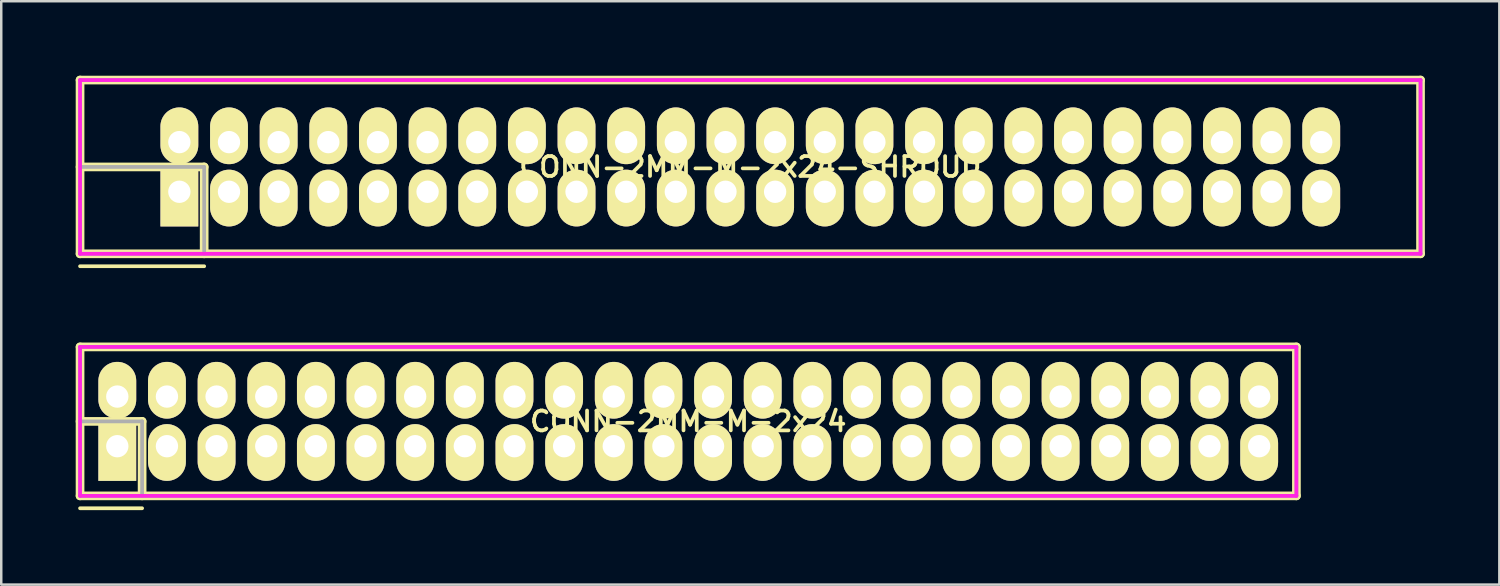
<source format=kicad_pcb>
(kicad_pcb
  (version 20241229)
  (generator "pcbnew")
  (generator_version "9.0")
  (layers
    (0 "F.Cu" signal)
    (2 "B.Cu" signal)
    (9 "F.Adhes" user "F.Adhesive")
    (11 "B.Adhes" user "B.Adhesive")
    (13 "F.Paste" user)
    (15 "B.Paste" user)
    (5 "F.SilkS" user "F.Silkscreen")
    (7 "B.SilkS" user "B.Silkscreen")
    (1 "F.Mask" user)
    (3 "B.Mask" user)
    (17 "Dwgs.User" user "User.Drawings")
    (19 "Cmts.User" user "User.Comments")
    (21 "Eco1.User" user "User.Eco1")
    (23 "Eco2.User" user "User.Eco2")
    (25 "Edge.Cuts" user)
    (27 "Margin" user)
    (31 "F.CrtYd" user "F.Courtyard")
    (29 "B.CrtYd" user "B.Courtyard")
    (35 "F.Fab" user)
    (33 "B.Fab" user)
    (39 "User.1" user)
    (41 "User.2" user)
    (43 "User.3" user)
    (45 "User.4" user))
  (footprint "CONN-2MM-M-2x24"
    (layer "F.Cu")
    (at 24.675 13.925)
    (property "Reference" "CONN-2MM-M-2x24" (at 0 0 0) (layer "F.SilkS") (effects (font (size 0.8 0.8) (thickness 0.15))))
    (attr through_hole)
    (fp_line (start -24.5 -3) (end 24.5 -3) (stroke (width 0.35) (type solid)) (layer "F.SilkS"))
    (fp_line (start -24.5 0) (end -22 0) (stroke (width 0.35) (type solid)) (layer "F.SilkS"))
    (fp_line (start -24.5 3) (end -24.5 -3) (stroke (width 0.35) (type solid)) (layer "F.SilkS"))
    (fp_line (start -24.5 3.5) (end -22 3.5) (stroke (width 0.15) (type solid)) (layer "F.SilkS"))
    (fp_line (start -22 0) (end -22 3) (stroke (width 0.35) (type solid)) (layer "F.SilkS"))
    (fp_line (start 24.5 -3) (end 24.5 3) (stroke (width 0.35) (type solid)) (layer "F.SilkS"))
    (fp_line (start 24.5 3) (end -24.5 3) (stroke (width 0.35) (type solid)) (layer "F.SilkS"))
    (fp_line (start -24.5 -3) (end 24.5 -3) (stroke (width 0.15) (type solid)) (layer "F.CrtYd"))
    (fp_line (start -24.5 3) (end -24.5 -3) (stroke (width 0.15) (type solid)) (layer "F.CrtYd"))
    (fp_line (start 24.5 -3) (end 24.5 3) (stroke (width 0.15) (type solid)) (layer "F.CrtYd"))
    (fp_line (start 24.5 3) (end -24.5 3) (stroke (width 0.15) (type solid)) (layer "F.CrtYd"))
    (fp_line (start -24.5 -3) (end 24.5 -3) (stroke (width 0.15) (type solid)) (layer "F.Fab"))
    (fp_line (start -24.5 0) (end -22 0) (stroke (width 0.15) (type solid)) (layer "F.Fab"))
    (fp_line (start -24.5 3) (end -24.5 -3) (stroke (width 0.15) (type solid)) (layer "F.Fab"))
    (fp_line (start -22 0) (end -22 3) (stroke (width 0.15) (type solid)) (layer "F.Fab"))
    (fp_line (start 24.5 -3) (end 24.5 3) (stroke (width 0.15) (type solid)) (layer "F.Fab"))
    (fp_line (start 24.5 3) (end -24.5 3) (stroke (width 0.15) (type solid)) (layer "F.Fab"))
    (pad "1" thru_hole rect (at -23 1) (size 1.524 2.286) (drill 0.9 (offset 0 0.254)) (layers "*.Cu" "*.Mask" "F.SilkS"))
    (pad "2" thru_hole oval (at -23 -1) (size 1.524 2.286) (drill 0.9 (offset 0 -0.254)) (layers "*.Cu" "*.Mask" "F.SilkS"))
    (pad "3" thru_hole oval (at -21 1) (size 1.524 2.286) (drill 0.9 (offset 0 0.254)) (layers "*.Cu" "*.Mask" "F.SilkS"))
    (pad "4" thru_hole oval (at -21 -1) (size 1.524 2.286) (drill 0.9 (offset 0 -0.254)) (layers "*.Cu" "*.Mask" "F.SilkS"))
    (pad "5" thru_hole oval (at -19 1) (size 1.524 2.286) (drill 0.9 (offset 0 0.254)) (layers "*.Cu" "*.Mask" "F.SilkS"))
    (pad "6" thru_hole oval (at -19 -1) (size 1.524 2.286) (drill 0.9 (offset 0 -0.254)) (layers "*.Cu" "*.Mask" "F.SilkS"))
    (pad "7" thru_hole oval (at -17 1) (size 1.524 2.286) (drill 0.9 (offset 0 0.254)) (layers "*.Cu" "*.Mask" "F.SilkS"))
    (pad "8" thru_hole oval (at -17 -1) (size 1.524 2.286) (drill 0.9 (offset 0 -0.254)) (layers "*.Cu" "*.Mask" "F.SilkS"))
    (pad "9" thru_hole oval (at -15 1) (size 1.524 2.286) (drill 0.9 (offset 0 0.254)) (layers "*.Cu" "*.Mask" "F.SilkS"))
    (pad "10" thru_hole oval (at -15 -1) (size 1.524 2.286) (drill 0.9 (offset 0 -0.254)) (layers "*.Cu" "*.Mask" "F.SilkS"))
    (pad "11" thru_hole oval (at -13 1) (size 1.524 2.286) (drill 0.9 (offset 0 0.254)) (layers "*.Cu" "*.Mask" "F.SilkS"))
    (pad "12" thru_hole oval (at -13 -1) (size 1.524 2.286) (drill 0.9 (offset 0 -0.254)) (layers "*.Cu" "*.Mask" "F.SilkS"))
    (pad "13" thru_hole oval (at -11 1) (size 1.524 2.286) (drill 0.9 (offset 0 0.254)) (layers "*.Cu" "*.Mask" "F.SilkS"))
    (pad "14" thru_hole oval (at -11 -1) (size 1.524 2.286) (drill 0.9 (offset 0 -0.254)) (layers "*.Cu" "*.Mask" "F.SilkS"))
    (pad "15" thru_hole oval (at -9 1) (size 1.524 2.286) (drill 0.9 (offset 0 0.254)) (layers "*.Cu" "*.Mask" "F.SilkS"))
    (pad "16" thru_hole oval (at -9 -1) (size 1.524 2.286) (drill 0.9 (offset 0 -0.254)) (layers "*.Cu" "*.Mask" "F.SilkS"))
    (pad "17" thru_hole oval (at -7 1) (size 1.524 2.286) (drill 0.9 (offset 0 0.254)) (layers "*.Cu" "*.Mask" "F.SilkS"))
    (pad "18" thru_hole oval (at -7 -1) (size 1.524 2.286) (drill 0.9 (offset 0 -0.254)) (layers "*.Cu" "*.Mask" "F.SilkS"))
    (pad "19" thru_hole oval (at -5 1) (size 1.524 2.286) (drill 0.9 (offset 0 0.254)) (layers "*.Cu" "*.Mask" "F.SilkS"))
    (pad "20" thru_hole oval (at -5 -1) (size 1.524 2.286) (drill 0.9 (offset 0 -0.254)) (layers "*.Cu" "*.Mask" "F.SilkS"))
    (pad "21" thru_hole oval (at -3 1) (size 1.524 2.286) (drill 0.9 (offset 0 0.254)) (layers "*.Cu" "*.Mask" "F.SilkS"))
    (pad "22" thru_hole oval (at -3 -1) (size 1.524 2.286) (drill 0.9 (offset 0 -0.254)) (layers "*.Cu" "*.Mask" "F.SilkS"))
    (pad "23" thru_hole oval (at -1 1) (size 1.524 2.286) (drill 0.9 (offset 0 0.254)) (layers "*.Cu" "*.Mask" "F.SilkS"))
    (pad "24" thru_hole oval (at -1 -1) (size 1.524 2.286) (drill 0.9 (offset 0 -0.254)) (layers "*.Cu" "*.Mask" "F.SilkS"))
    (pad "25" thru_hole oval (at 1 1) (size 1.524 2.286) (drill 0.9 (offset 0 0.254)) (layers "*.Cu" "*.Mask" "F.SilkS"))
    (pad "26" thru_hole oval (at 1 -1) (size 1.524 2.286) (drill 0.9 (offset 0 -0.254)) (layers "*.Cu" "*.Mask" "F.SilkS"))
    (pad "27" thru_hole oval (at 3 1) (size 1.524 2.286) (drill 0.9 (offset 0 0.254)) (layers "*.Cu" "*.Mask" "F.SilkS"))
    (pad "28" thru_hole oval (at 3 -1) (size 1.524 2.286) (drill 0.9 (offset 0 -0.254)) (layers "*.Cu" "*.Mask" "F.SilkS"))
    (pad "29" thru_hole oval (at 5 1) (size 1.524 2.286) (drill 0.9 (offset 0 0.254)) (layers "*.Cu" "*.Mask" "F.SilkS"))
    (pad "30" thru_hole oval (at 5 -1) (size 1.524 2.286) (drill 0.9 (offset 0 -0.254)) (layers "*.Cu" "*.Mask" "F.SilkS"))
    (pad "31" thru_hole oval (at 7 1) (size 1.524 2.286) (drill 0.9 (offset 0 0.254)) (layers "*.Cu" "*.Mask" "F.SilkS"))
    (pad "32" thru_hole oval (at 7 -1) (size 1.524 2.286) (drill 0.9 (offset 0 -0.254)) (layers "*.Cu" "*.Mask" "F.SilkS"))
    (pad "33" thru_hole oval (at 9 1) (size 1.524 2.286) (drill 0.9 (offset 0 0.254)) (layers "*.Cu" "*.Mask" "F.SilkS"))
    (pad "34" thru_hole oval (at 9 -1) (size 1.524 2.286) (drill 0.9 (offset 0 -0.254)) (layers "*.Cu" "*.Mask" "F.SilkS"))
    (pad "35" thru_hole oval (at 11 1) (size 1.524 2.286) (drill 0.9 (offset 0 0.254)) (layers "*.Cu" "*.Mask" "F.SilkS"))
    (pad "36" thru_hole oval (at 11 -1) (size 1.524 2.286) (drill 0.9 (offset 0 -0.254)) (layers "*.Cu" "*.Mask" "F.SilkS"))
    (pad "37" thru_hole oval (at 13 1) (size 1.524 2.286) (drill 0.9 (offset 0 0.254)) (layers "*.Cu" "*.Mask" "F.SilkS"))
    (pad "38" thru_hole oval (at 13 -1) (size 1.524 2.286) (drill 0.9 (offset 0 -0.254)) (layers "*.Cu" "*.Mask" "F.SilkS"))
    (pad "39" thru_hole oval (at 15 1) (size 1.524 2.286) (drill 0.9 (offset 0 0.254)) (layers "*.Cu" "*.Mask" "F.SilkS"))
    (pad "40" thru_hole oval (at 15 -1) (size 1.524 2.286) (drill 0.9 (offset 0 -0.254)) (layers "*.Cu" "*.Mask" "F.SilkS"))
    (pad "41" thru_hole oval (at 17 1) (size 1.524 2.286) (drill 0.9 (offset 0 0.254)) (layers "*.Cu" "*.Mask" "F.SilkS"))
    (pad "42" thru_hole oval (at 17 -1) (size 1.524 2.286) (drill 0.9 (offset 0 -0.254)) (layers "*.Cu" "*.Mask" "F.SilkS"))
    (pad "43" thru_hole oval (at 19 1) (size 1.524 2.286) (drill 0.9 (offset 0 0.254)) (layers "*.Cu" "*.Mask" "F.SilkS"))
    (pad "44" thru_hole oval (at 19 -1) (size 1.524 2.286) (drill 0.9 (offset 0 -0.254)) (layers "*.Cu" "*.Mask" "F.SilkS"))
    (pad "45" thru_hole oval (at 21 1) (size 1.524 2.286) (drill 0.9 (offset 0 0.254)) (layers "*.Cu" "*.Mask" "F.SilkS"))
    (pad "46" thru_hole oval (at 21 -1) (size 1.524 2.286) (drill 0.9 (offset 0 -0.254)) (layers "*.Cu" "*.Mask" "F.SilkS"))
    (pad "47" thru_hole oval (at 23 1) (size 1.524 2.286) (drill 0.9 (offset 0 0.254)) (layers "*.Cu" "*.Mask" "F.SilkS"))
    (pad "48" thru_hole oval (at 23 -1) (size 1.524 2.286) (drill 0.9 (offset 0 -0.254)) (layers "*.Cu" "*.Mask" "F.SilkS")))
  (footprint "CONN-2MM-M-2x24-SHROUD"
    (layer "F.Cu")
    (at 27.175 3.675)
    (property "Reference" "CONN-2MM-M-2x24-SHROUD" (at 0 0 0) (layer "F.SilkS") (effects (font (size 0.8 0.8) (thickness 0.15))))
    (attr through_hole)
    (fp_line (start -27 -3.5) (end 27 -3.5) (stroke (width 0.35) (type solid)) (layer "F.SilkS"))
    (fp_line (start -27 0) (end -22 0) (stroke (width 0.35) (type solid)) (layer "F.SilkS"))
    (fp_line (start -27 3.5) (end -27 -3.5) (stroke (width 0.35) (type solid)) (layer "F.SilkS"))
    (fp_line (start -27 4) (end -22 4) (stroke (width 0.15) (type solid)) (layer "F.SilkS"))
    (fp_line (start -22 0) (end -22 3.5) (stroke (width 0.35) (type solid)) (layer "F.SilkS"))
    (fp_line (start 27 -3.5) (end 27 3.5) (stroke (width 0.35) (type solid)) (layer "F.SilkS"))
    (fp_line (start 27 3.5) (end -27 3.5) (stroke (width 0.35) (type solid)) (layer "F.SilkS"))
    (fp_line (start -27 -3.5) (end 27 -3.5) (stroke (width 0.15) (type solid)) (layer "F.CrtYd"))
    (fp_line (start -27 3.5) (end -27 -3.5) (stroke (width 0.15) (type solid)) (layer "F.CrtYd"))
    (fp_line (start 27 -3.5) (end 27 3.5) (stroke (width 0.15) (type solid)) (layer "F.CrtYd"))
    (fp_line (start 27 3.5) (end -27 3.5) (stroke (width 0.15) (type solid)) (layer "F.CrtYd"))
    (fp_line (start -27 -3.5) (end 27 -3.5) (stroke (width 0.15) (type solid)) (layer "F.Fab"))
    (fp_line (start -27 0) (end -22 0) (stroke (width 0.15) (type solid)) (layer "F.Fab"))
    (fp_line (start -27 3.5) (end -27 -3.5) (stroke (width 0.15) (type solid)) (layer "F.Fab"))
    (fp_line (start -22 0) (end -22 3.5) (stroke (width 0.15) (type solid)) (layer "F.Fab"))
    (fp_line (start 27 -3.5) (end 27 3.5) (stroke (width 0.15) (type solid)) (layer "F.Fab"))
    (fp_line (start 27 3.5) (end -27 3.5) (stroke (width 0.15) (type solid)) (layer "F.Fab"))
    (pad "1" thru_hole rect (at -23 1) (size 1.524 2.286) (drill 0.9 (offset 0 0.254)) (layers "*.Cu" "*.Mask" "F.SilkS"))
    (pad "2" thru_hole oval (at -23 -1) (size 1.524 2.286) (drill 0.9 (offset 0 -0.254)) (layers "*.Cu" "*.Mask" "F.SilkS"))
    (pad "3" thru_hole oval (at -21 1) (size 1.524 2.286) (drill 0.9 (offset 0 0.254)) (layers "*.Cu" "*.Mask" "F.SilkS"))
    (pad "4" thru_hole oval (at -21 -1) (size 1.524 2.286) (drill 0.9 (offset 0 -0.254)) (layers "*.Cu" "*.Mask" "F.SilkS"))
    (pad "5" thru_hole oval (at -19 1) (size 1.524 2.286) (drill 0.9 (offset 0 0.254)) (layers "*.Cu" "*.Mask" "F.SilkS"))
    (pad "6" thru_hole oval (at -19 -1) (size 1.524 2.286) (drill 0.9 (offset 0 -0.254)) (layers "*.Cu" "*.Mask" "F.SilkS"))
    (pad "7" thru_hole oval (at -17 1) (size 1.524 2.286) (drill 0.9 (offset 0 0.254)) (layers "*.Cu" "*.Mask" "F.SilkS"))
    (pad "8" thru_hole oval (at -17 -1) (size 1.524 2.286) (drill 0.9 (offset 0 -0.254)) (layers "*.Cu" "*.Mask" "F.SilkS"))
    (pad "9" thru_hole oval (at -15 1) (size 1.524 2.286) (drill 0.9 (offset 0 0.254)) (layers "*.Cu" "*.Mask" "F.SilkS"))
    (pad "10" thru_hole oval (at -15 -1) (size 1.524 2.286) (drill 0.9 (offset 0 -0.254)) (layers "*.Cu" "*.Mask" "F.SilkS"))
    (pad "11" thru_hole oval (at -13 1) (size 1.524 2.286) (drill 0.9 (offset 0 0.254)) (layers "*.Cu" "*.Mask" "F.SilkS"))
    (pad "12" thru_hole oval (at -13 -1) (size 1.524 2.286) (drill 0.9 (offset 0 -0.254)) (layers "*.Cu" "*.Mask" "F.SilkS"))
    (pad "13" thru_hole oval (at -11 1) (size 1.524 2.286) (drill 0.9 (offset 0 0.254)) (layers "*.Cu" "*.Mask" "F.SilkS"))
    (pad "14" thru_hole oval (at -11 -1) (size 1.524 2.286) (drill 0.9 (offset 0 -0.254)) (layers "*.Cu" "*.Mask" "F.SilkS"))
    (pad "15" thru_hole oval (at -9 1) (size 1.524 2.286) (drill 0.9 (offset 0 0.254)) (layers "*.Cu" "*.Mask" "F.SilkS"))
    (pad "16" thru_hole oval (at -9 -1) (size 1.524 2.286) (drill 0.9 (offset 0 -0.254)) (layers "*.Cu" "*.Mask" "F.SilkS"))
    (pad "17" thru_hole oval (at -7 1) (size 1.524 2.286) (drill 0.9 (offset 0 0.254)) (layers "*.Cu" "*.Mask" "F.SilkS"))
    (pad "18" thru_hole oval (at -7 -1) (size 1.524 2.286) (drill 0.9 (offset 0 -0.254)) (layers "*.Cu" "*.Mask" "F.SilkS"))
    (pad "19" thru_hole oval (at -5 1) (size 1.524 2.286) (drill 0.9 (offset 0 0.254)) (layers "*.Cu" "*.Mask" "F.SilkS"))
    (pad "20" thru_hole oval (at -5 -1) (size 1.524 2.286) (drill 0.9 (offset 0 -0.254)) (layers "*.Cu" "*.Mask" "F.SilkS"))
    (pad "21" thru_hole oval (at -3 1) (size 1.524 2.286) (drill 0.9 (offset 0 0.254)) (layers "*.Cu" "*.Mask" "F.SilkS"))
    (pad "22" thru_hole oval (at -3 -1) (size 1.524 2.286) (drill 0.9 (offset 0 -0.254)) (layers "*.Cu" "*.Mask" "F.SilkS"))
    (pad "23" thru_hole oval (at -1 1) (size 1.524 2.286) (drill 0.9 (offset 0 0.254)) (layers "*.Cu" "*.Mask" "F.SilkS"))
    (pad "24" thru_hole oval (at -1 -1) (size 1.524 2.286) (drill 0.9 (offset 0 -0.254)) (layers "*.Cu" "*.Mask" "F.SilkS"))
    (pad "25" thru_hole oval (at 1 1) (size 1.524 2.286) (drill 0.9 (offset 0 0.254)) (layers "*.Cu" "*.Mask" "F.SilkS"))
    (pad "26" thru_hole oval (at 1 -1) (size 1.524 2.286) (drill 0.9 (offset 0 -0.254)) (layers "*.Cu" "*.Mask" "F.SilkS"))
    (pad "27" thru_hole oval (at 3 1) (size 1.524 2.286) (drill 0.9 (offset 0 0.254)) (layers "*.Cu" "*.Mask" "F.SilkS"))
    (pad "28" thru_hole oval (at 3 -1) (size 1.524 2.286) (drill 0.9 (offset 0 -0.254)) (layers "*.Cu" "*.Mask" "F.SilkS"))
    (pad "29" thru_hole oval (at 5 1) (size 1.524 2.286) (drill 0.9 (offset 0 0.254)) (layers "*.Cu" "*.Mask" "F.SilkS"))
    (pad "30" thru_hole oval (at 5 -1) (size 1.524 2.286) (drill 0.9 (offset 0 -0.254)) (layers "*.Cu" "*.Mask" "F.SilkS"))
    (pad "31" thru_hole oval (at 7 1) (size 1.524 2.286) (drill 0.9 (offset 0 0.254)) (layers "*.Cu" "*.Mask" "F.SilkS"))
    (pad "32" thru_hole oval (at 7 -1) (size 1.524 2.286) (drill 0.9 (offset 0 -0.254)) (layers "*.Cu" "*.Mask" "F.SilkS"))
    (pad "33" thru_hole oval (at 9 1) (size 1.524 2.286) (drill 0.9 (offset 0 0.254)) (layers "*.Cu" "*.Mask" "F.SilkS"))
    (pad "34" thru_hole oval (at 9 -1) (size 1.524 2.286) (drill 0.9 (offset 0 -0.254)) (layers "*.Cu" "*.Mask" "F.SilkS"))
    (pad "35" thru_hole oval (at 11 1) (size 1.524 2.286) (drill 0.9 (offset 0 0.254)) (layers "*.Cu" "*.Mask" "F.SilkS"))
    (pad "36" thru_hole oval (at 11 -1) (size 1.524 2.286) (drill 0.9 (offset 0 -0.254)) (layers "*.Cu" "*.Mask" "F.SilkS"))
    (pad "37" thru_hole oval (at 13 1) (size 1.524 2.286) (drill 0.9 (offset 0 0.254)) (layers "*.Cu" "*.Mask" "F.SilkS"))
    (pad "38" thru_hole oval (at 13 -1) (size 1.524 2.286) (drill 0.9 (offset 0 -0.254)) (layers "*.Cu" "*.Mask" "F.SilkS"))
    (pad "39" thru_hole oval (at 15 1) (size 1.524 2.286) (drill 0.9 (offset 0 0.254)) (layers "*.Cu" "*.Mask" "F.SilkS"))
    (pad "40" thru_hole oval (at 15 -1) (size 1.524 2.286) (drill 0.9 (offset 0 -0.254)) (layers "*.Cu" "*.Mask" "F.SilkS"))
    (pad "41" thru_hole oval (at 17 1) (size 1.524 2.286) (drill 0.9 (offset 0 0.254)) (layers "*.Cu" "*.Mask" "F.SilkS"))
    (pad "42" thru_hole oval (at 17 -1) (size 1.524 2.286) (drill 0.9 (offset 0 -0.254)) (layers "*.Cu" "*.Mask" "F.SilkS"))
    (pad "43" thru_hole oval (at 19 1) (size 1.524 2.286) (drill 0.9 (offset 0 0.254)) (layers "*.Cu" "*.Mask" "F.SilkS"))
    (pad "44" thru_hole oval (at 19 -1) (size 1.524 2.286) (drill 0.9 (offset 0 -0.254)) (layers "*.Cu" "*.Mask" "F.SilkS"))
    (pad "45" thru_hole oval (at 21 1) (size 1.524 2.286) (drill 0.9 (offset 0 0.254)) (layers "*.Cu" "*.Mask" "F.SilkS"))
    (pad "46" thru_hole oval (at 21 -1) (size 1.524 2.286) (drill 0.9 (offset 0 -0.254)) (layers "*.Cu" "*.Mask" "F.SilkS"))
    (pad "47" thru_hole oval (at 23 1) (size 1.524 2.286) (drill 0.9 (offset 0 0.254)) (layers "*.Cu" "*.Mask" "F.SilkS"))
    (pad "48" thru_hole oval (at 23 -1) (size 1.524 2.286) (drill 0.9 (offset 0 -0.254)) (layers "*.Cu" "*.Mask" "F.SilkS")))
  (gr_rect
    (start -3 -3)
    (end 57.35 20.5)
    (stroke (width 0.1) (type default))
    (fill no)
    (layer "Edge.Cuts")))
</source>
